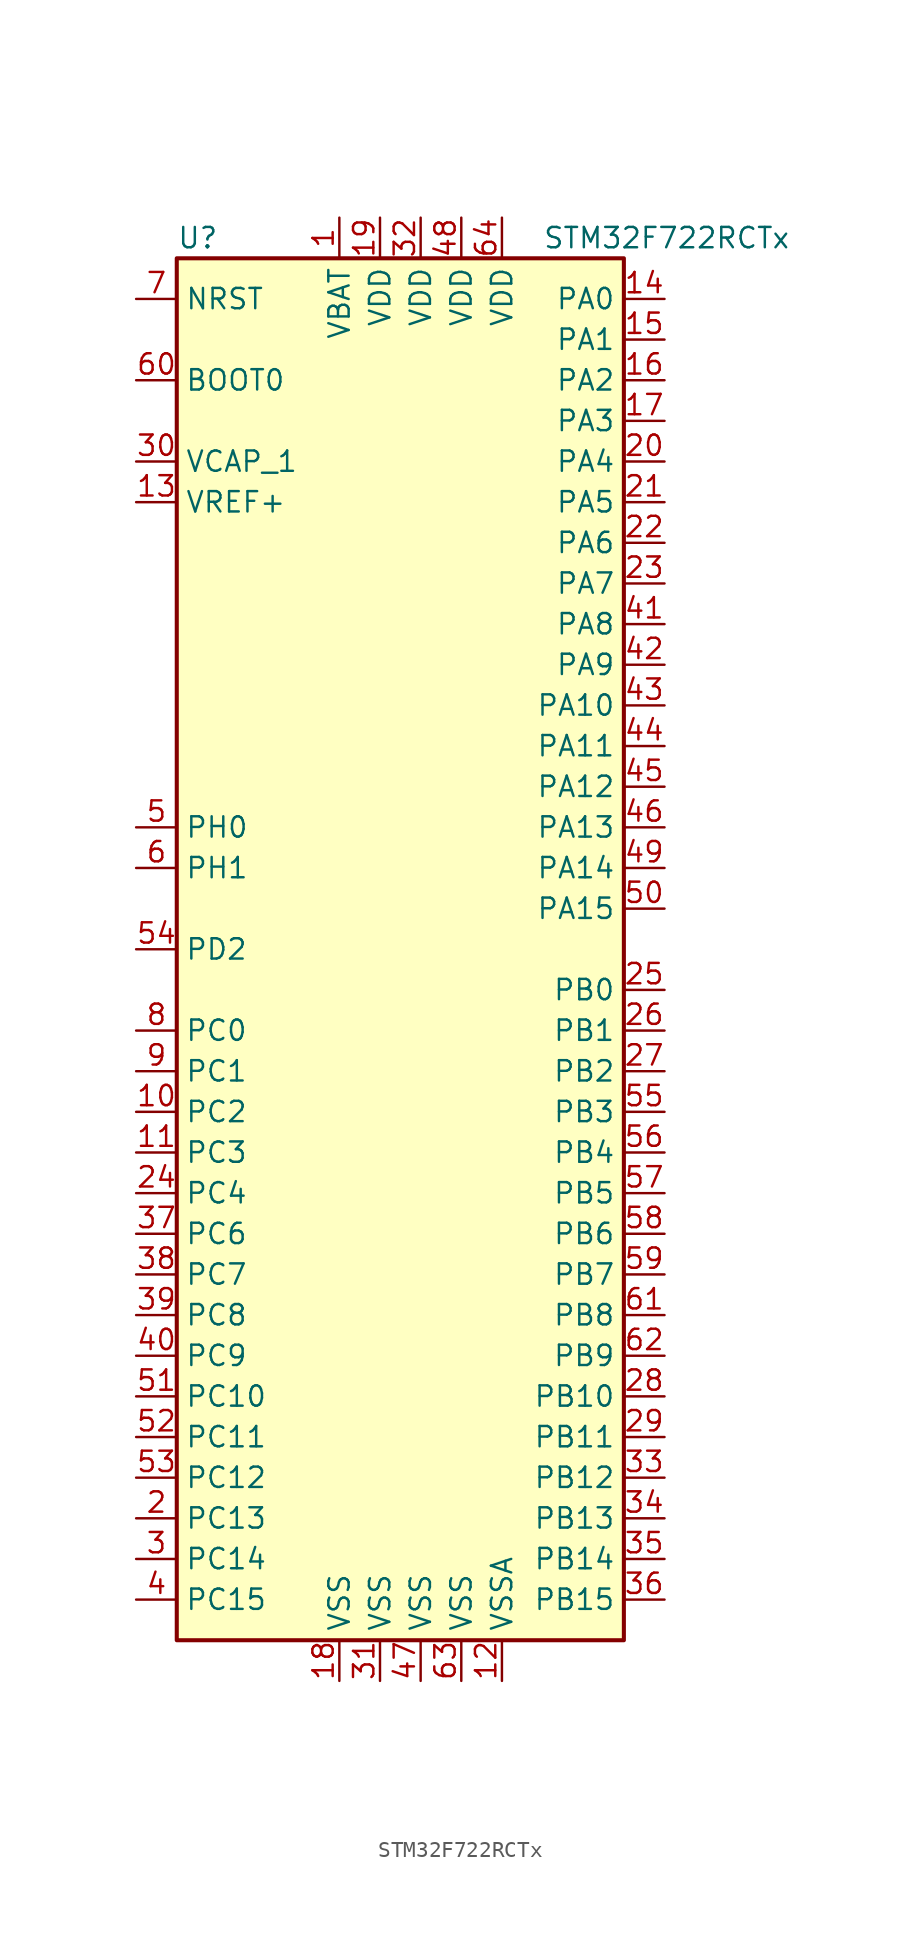
<source format=kicad_sym>
(kicad_symbol_lib
  (version 20201005)
  (generator kicad_symbol_editor)
  (symbol "MCU_ST_STM32F7:STM32F722RCTx"
    (property "Reference" "U"
      (at -15.24 44.45 0)
      (effects (font (size 1.27 1.27)) (justify left)))
    (property "Value" "STM32F722RCTx"
      (at 7.62 44.45 0)
      (effects (font (size 1.27 1.27)) (justify left)))
    (symbol "STM32F722RCTx_0_1"
      (rectangle (start -15.24 -43.18) (end 12.7 43.18) (stroke (width 0.254)) (fill (type background))))
    (symbol "STM32F722RCTx_1_1"
      (pin input line (at -17.78 35.56 0) (length 2.54) (name "BOOT0" (effects (font (size 1.27 1.27)))) (number "60" (effects (font (size 1.27 1.27)))))
      (pin input line (at -17.78 40.64 0) (length 2.54) (name "NRST" (effects (font (size 1.27 1.27)))) (number "7" (effects (font (size 1.27 1.27)))))
      (pin bidirectional line (at 15.24 40.64 180) (length 2.54) (name "PA0" (effects (font (size 1.27 1.27)))) (number "14" (effects (font (size 1.27 1.27)))))
      (pin bidirectional line (at 15.24 38.1 180) (length 2.54) (name "PA1" (effects (font (size 1.27 1.27)))) (number "15" (effects (font (size 1.27 1.27)))))
      (pin bidirectional line (at 15.24 15.24 180) (length 2.54) (name "PA10" (effects (font (size 1.27 1.27)))) (number "43" (effects (font (size 1.27 1.27)))))
      (pin bidirectional line (at 15.24 12.7 180) (length 2.54) (name "PA11" (effects (font (size 1.27 1.27)))) (number "44" (effects (font (size 1.27 1.27)))))
      (pin bidirectional line (at 15.24 10.16 180) (length 2.54) (name "PA12" (effects (font (size 1.27 1.27)))) (number "45" (effects (font (size 1.27 1.27)))))
      (pin bidirectional line (at 15.24 7.62 180) (length 2.54) (name "PA13" (effects (font (size 1.27 1.27)))) (number "46" (effects (font (size 1.27 1.27)))))
      (pin bidirectional line (at 15.24 5.08 180) (length 2.54) (name "PA14" (effects (font (size 1.27 1.27)))) (number "49" (effects (font (size 1.27 1.27)))))
      (pin bidirectional line (at 15.24 2.54 180) (length 2.54) (name "PA15" (effects (font (size 1.27 1.27)))) (number "50" (effects (font (size 1.27 1.27)))))
      (pin bidirectional line (at 15.24 35.56 180) (length 2.54) (name "PA2" (effects (font (size 1.27 1.27)))) (number "16" (effects (font (size 1.27 1.27)))))
      (pin bidirectional line (at 15.24 33.02 180) (length 2.54) (name "PA3" (effects (font (size 1.27 1.27)))) (number "17" (effects (font (size 1.27 1.27)))))
      (pin bidirectional line (at 15.24 30.48 180) (length 2.54) (name "PA4" (effects (font (size 1.27 1.27)))) (number "20" (effects (font (size 1.27 1.27)))))
      (pin bidirectional line (at 15.24 27.94 180) (length 2.54) (name "PA5" (effects (font (size 1.27 1.27)))) (number "21" (effects (font (size 1.27 1.27)))))
      (pin bidirectional line (at 15.24 25.4 180) (length 2.54) (name "PA6" (effects (font (size 1.27 1.27)))) (number "22" (effects (font (size 1.27 1.27)))))
      (pin bidirectional line (at 15.24 22.86 180) (length 2.54) (name "PA7" (effects (font (size 1.27 1.27)))) (number "23" (effects (font (size 1.27 1.27)))))
      (pin bidirectional line (at 15.24 20.32 180) (length 2.54) (name "PA8" (effects (font (size 1.27 1.27)))) (number "41" (effects (font (size 1.27 1.27)))))
      (pin bidirectional line (at 15.24 17.78 180) (length 2.54) (name "PA9" (effects (font (size 1.27 1.27)))) (number "42" (effects (font (size 1.27 1.27)))))
      (pin bidirectional line (at 15.24 -2.54 180) (length 2.54) (name "PB0" (effects (font (size 1.27 1.27)))) (number "25" (effects (font (size 1.27 1.27)))))
      (pin bidirectional line (at 15.24 -5.08 180) (length 2.54) (name "PB1" (effects (font (size 1.27 1.27)))) (number "26" (effects (font (size 1.27 1.27)))))
      (pin bidirectional line (at 15.24 -27.94 180) (length 2.54) (name "PB10" (effects (font (size 1.27 1.27)))) (number "28" (effects (font (size 1.27 1.27)))))
      (pin bidirectional line (at 15.24 -30.48 180) (length 2.54) (name "PB11" (effects (font (size 1.27 1.27)))) (number "29" (effects (font (size 1.27 1.27)))))
      (pin bidirectional line (at 15.24 -33.02 180) (length 2.54) (name "PB12" (effects (font (size 1.27 1.27)))) (number "33" (effects (font (size 1.27 1.27)))))
      (pin bidirectional line (at 15.24 -35.56 180) (length 2.54) (name "PB13" (effects (font (size 1.27 1.27)))) (number "34" (effects (font (size 1.27 1.27)))))
      (pin bidirectional line (at 15.24 -38.1 180) (length 2.54) (name "PB14" (effects (font (size 1.27 1.27)))) (number "35" (effects (font (size 1.27 1.27)))))
      (pin bidirectional line (at 15.24 -40.64 180) (length 2.54) (name "PB15" (effects (font (size 1.27 1.27)))) (number "36" (effects (font (size 1.27 1.27)))))
      (pin bidirectional line (at 15.24 -7.62 180) (length 2.54) (name "PB2" (effects (font (size 1.27 1.27)))) (number "27" (effects (font (size 1.27 1.27)))))
      (pin bidirectional line (at 15.24 -10.16 180) (length 2.54) (name "PB3" (effects (font (size 1.27 1.27)))) (number "55" (effects (font (size 1.27 1.27)))))
      (pin bidirectional line (at 15.24 -12.7 180) (length 2.54) (name "PB4" (effects (font (size 1.27 1.27)))) (number "56" (effects (font (size 1.27 1.27)))))
      (pin bidirectional line (at 15.24 -15.24 180) (length 2.54) (name "PB5" (effects (font (size 1.27 1.27)))) (number "57" (effects (font (size 1.27 1.27)))))
      (pin bidirectional line (at 15.24 -17.78 180) (length 2.54) (name "PB6" (effects (font (size 1.27 1.27)))) (number "58" (effects (font (size 1.27 1.27)))))
      (pin bidirectional line (at 15.24 -20.32 180) (length 2.54) (name "PB7" (effects (font (size 1.27 1.27)))) (number "59" (effects (font (size 1.27 1.27)))))
      (pin bidirectional line (at 15.24 -22.86 180) (length 2.54) (name "PB8" (effects (font (size 1.27 1.27)))) (number "61" (effects (font (size 1.27 1.27)))))
      (pin bidirectional line (at 15.24 -25.4 180) (length 2.54) (name "PB9" (effects (font (size 1.27 1.27)))) (number "62" (effects (font (size 1.27 1.27)))))
      (pin bidirectional line (at -17.78 -5.08 0) (length 2.54) (name "PC0" (effects (font (size 1.27 1.27)))) (number "8" (effects (font (size 1.27 1.27)))))
      (pin bidirectional line (at -17.78 -7.62 0) (length 2.54) (name "PC1" (effects (font (size 1.27 1.27)))) (number "9" (effects (font (size 1.27 1.27)))))
      (pin bidirectional line (at -17.78 -27.94 0) (length 2.54) (name "PC10" (effects (font (size 1.27 1.27)))) (number "51" (effects (font (size 1.27 1.27)))))
      (pin bidirectional line (at -17.78 -30.48 0) (length 2.54) (name "PC11" (effects (font (size 1.27 1.27)))) (number "52" (effects (font (size 1.27 1.27)))))
      (pin bidirectional line (at -17.78 -33.02 0) (length 2.54) (name "PC12" (effects (font (size 1.27 1.27)))) (number "53" (effects (font (size 1.27 1.27)))))
      (pin bidirectional line (at -17.78 -35.56 0) (length 2.54) (name "PC13" (effects (font (size 1.27 1.27)))) (number "2" (effects (font (size 1.27 1.27)))))
      (pin bidirectional line (at -17.78 -38.1 0) (length 2.54) (name "PC14" (effects (font (size 1.27 1.27)))) (number "3" (effects (font (size 1.27 1.27)))))
      (pin bidirectional line (at -17.78 -40.64 0) (length 2.54) (name "PC15" (effects (font (size 1.27 1.27)))) (number "4" (effects (font (size 1.27 1.27)))))
      (pin bidirectional line (at -17.78 -10.16 0) (length 2.54) (name "PC2" (effects (font (size 1.27 1.27)))) (number "10" (effects (font (size 1.27 1.27)))))
      (pin bidirectional line (at -17.78 -12.7 0) (length 2.54) (name "PC3" (effects (font (size 1.27 1.27)))) (number "11" (effects (font (size 1.27 1.27)))))
      (pin bidirectional line (at -17.78 -15.24 0) (length 2.54) (name "PC4" (effects (font (size 1.27 1.27)))) (number "24" (effects (font (size 1.27 1.27)))))
      (pin bidirectional line (at -17.78 -17.78 0) (length 2.54) (name "PC6" (effects (font (size 1.27 1.27)))) (number "37" (effects (font (size 1.27 1.27)))))
      (pin bidirectional line (at -17.78 -20.32 0) (length 2.54) (name "PC7" (effects (font (size 1.27 1.27)))) (number "38" (effects (font (size 1.27 1.27)))))
      (pin bidirectional line (at -17.78 -22.86 0) (length 2.54) (name "PC8" (effects (font (size 1.27 1.27)))) (number "39" (effects (font (size 1.27 1.27)))))
      (pin bidirectional line (at -17.78 -25.4 0) (length 2.54) (name "PC9" (effects (font (size 1.27 1.27)))) (number "40" (effects (font (size 1.27 1.27)))))
      (pin bidirectional line (at -17.78 0 0) (length 2.54) (name "PD2" (effects (font (size 1.27 1.27)))) (number "54" (effects (font (size 1.27 1.27)))))
      (pin input line (at -17.78 7.62 0) (length 2.54) (name "PH0" (effects (font (size 1.27 1.27)))) (number "5" (effects (font (size 1.27 1.27)))))
      (pin input line (at -17.78 5.08 0) (length 2.54) (name "PH1" (effects (font (size 1.27 1.27)))) (number "6" (effects (font (size 1.27 1.27)))))
      (pin power_in line (at -5.08 45.72 270) (length 2.54) (name "VBAT" (effects (font (size 1.27 1.27)))) (number "1" (effects (font (size 1.27 1.27)))))
      (pin power_in line (at -17.78 30.48 0) (length 2.54) (name "VCAP_1" (effects (font (size 1.27 1.27)))) (number "30" (effects (font (size 1.27 1.27)))))
      (pin power_in line (at -2.54 45.72 270) (length 2.54) (name "VDD" (effects (font (size 1.27 1.27)))) (number "19" (effects (font (size 1.27 1.27)))))
      (pin power_in line (at 0 45.72 270) (length 2.54) (name "VDD" (effects (font (size 1.27 1.27)))) (number "32" (effects (font (size 1.27 1.27)))))
      (pin power_in line (at 2.54 45.72 270) (length 2.54) (name "VDD" (effects (font (size 1.27 1.27)))) (number "48" (effects (font (size 1.27 1.27)))))
      (pin power_in line (at 5.08 45.72 270) (length 2.54) (name "VDD" (effects (font (size 1.27 1.27)))) (number "64" (effects (font (size 1.27 1.27)))))
      (pin power_in line (at -17.78 27.94 0) (length 2.54) (name "VREF+" (effects (font (size 1.27 1.27)))) (number "13" (effects (font (size 1.27 1.27)))))
      (pin power_in line (at -5.08 -45.72 90) (length 2.54) (name "VSS" (effects (font (size 1.27 1.27)))) (number "18" (effects (font (size 1.27 1.27)))))
      (pin power_in line (at -2.54 -45.72 90) (length 2.54) (name "VSS" (effects (font (size 1.27 1.27)))) (number "31" (effects (font (size 1.27 1.27)))))
      (pin power_in line (at 0 -45.72 90) (length 2.54) (name "VSS" (effects (font (size 1.27 1.27)))) (number "47" (effects (font (size 1.27 1.27)))))
      (pin power_in line (at 2.54 -45.72 90) (length 2.54) (name "VSS" (effects (font (size 1.27 1.27)))) (number "63" (effects (font (size 1.27 1.27)))))
      (pin power_in line (at 5.08 -45.72 90) (length 2.54) (name "VSSA" (effects (font (size 1.27 1.27)))) (number "12" (effects (font (size 1.27 1.27))))))))
</source>
